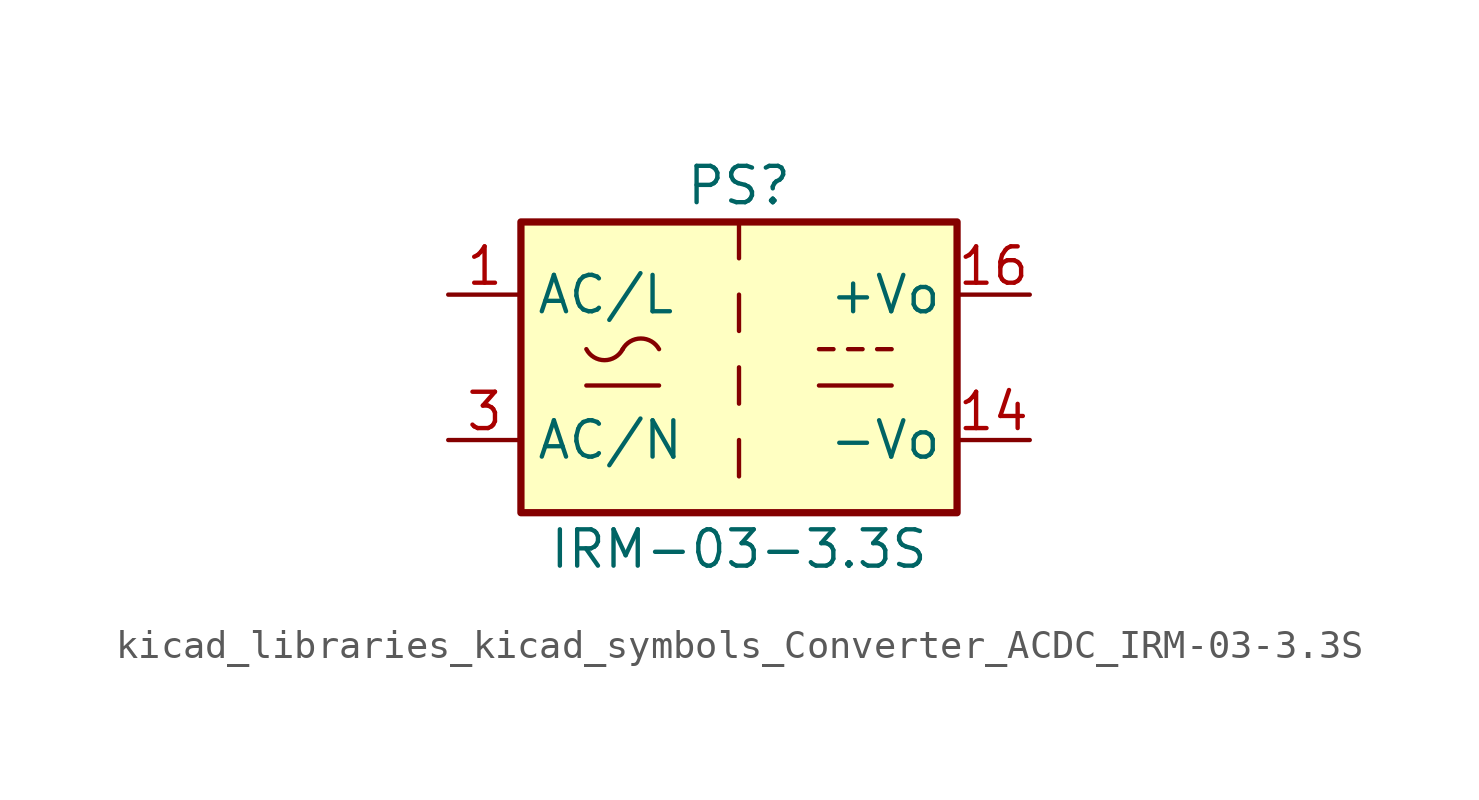
<source format=kicad_sym>
(kicad_symbol_lib
  (version 20220914)
  (generator kicad_symbol_editor)
  (symbol "kicad_libraries_kicad_symbols_Converter_ACDC_IRM-03-3.3S"
    (property "Reference" "PS"
      (at 0 6.35 0)
      (effects (font (size 1.27 1.27))))
    (property "Value" "IRM-03-3.3S"
      (at 0 -6.35 0)
      (effects (font (size 1.27 1.27))))
    (symbol "kicad_libraries_kicad_symbols_Converter_ACDC_IRM-03-3.3S_0_1"
      (rectangle (start -7.62 5.08) (end 7.62 -5.08) (stroke (width 0.254) (type default)) (fill (type background)))
      (arc (start -5.334 0.635) (mid -4.699 0.2495) (end -4.064 0.635) (stroke (width 0) (type default)) (fill (type none)))
      (arc (start -2.794 0.635) (mid -3.429 1.0072) (end -4.064 0.635) (stroke (width 0) (type default)) (fill (type none)))
      (polyline (pts (xy -5.334 -0.635) (xy -2.794 -0.635)) (stroke (width 0) (type default)) (fill (type none)))
      (polyline (pts (xy 0 -2.54) (xy 0 -3.81)) (stroke (width 0) (type default)) (fill (type none)))
      (polyline (pts (xy 0 0) (xy 0 -1.27)) (stroke (width 0) (type default)) (fill (type none)))
      (polyline (pts (xy 0 2.54) (xy 0 1.27)) (stroke (width 0) (type default)) (fill (type none)))
      (polyline (pts (xy 0 5.08) (xy 0 3.81)) (stroke (width 0) (type default)) (fill (type none)))
      (polyline (pts (xy 2.794 -0.635) (xy 5.334 -0.635)) (stroke (width 0) (type default)) (fill (type none)))
      (polyline (pts (xy 2.794 0.635) (xy 3.302 0.635)) (stroke (width 0) (type default)) (fill (type none)))
      (polyline (pts (xy 3.81 0.635) (xy 4.318 0.635)) (stroke (width 0) (type default)) (fill (type none)))
      (polyline (pts (xy 4.826 0.635) (xy 5.334 0.635)) (stroke (width 0) (type default)) (fill (type none))))
    (symbol "kicad_libraries_kicad_symbols_Converter_ACDC_IRM-03-3.3S_1_1"
      (pin power_in line (at -10.16 2.54 0) (length 2.54) (name "AC/L" (effects (font (size 1.27 1.27)))) (number "1" (effects (font (size 1.27 1.27)))))
      (pin power_out line (at 10.16 -2.54 180) (length 2.54) (name "-Vo" (effects (font (size 1.27 1.27)))) (number "14" (effects (font (size 1.27 1.27)))))
      (pin power_out line (at 10.16 2.54 180) (length 2.54) (name "+Vo" (effects (font (size 1.27 1.27)))) (number "16" (effects (font (size 1.27 1.27)))))
      (pin power_in line (at -10.16 -2.54 0) (length 2.54) (name "AC/N" (effects (font (size 1.27 1.27)))) (number "3" (effects (font (size 1.27 1.27))))))))
</source>
